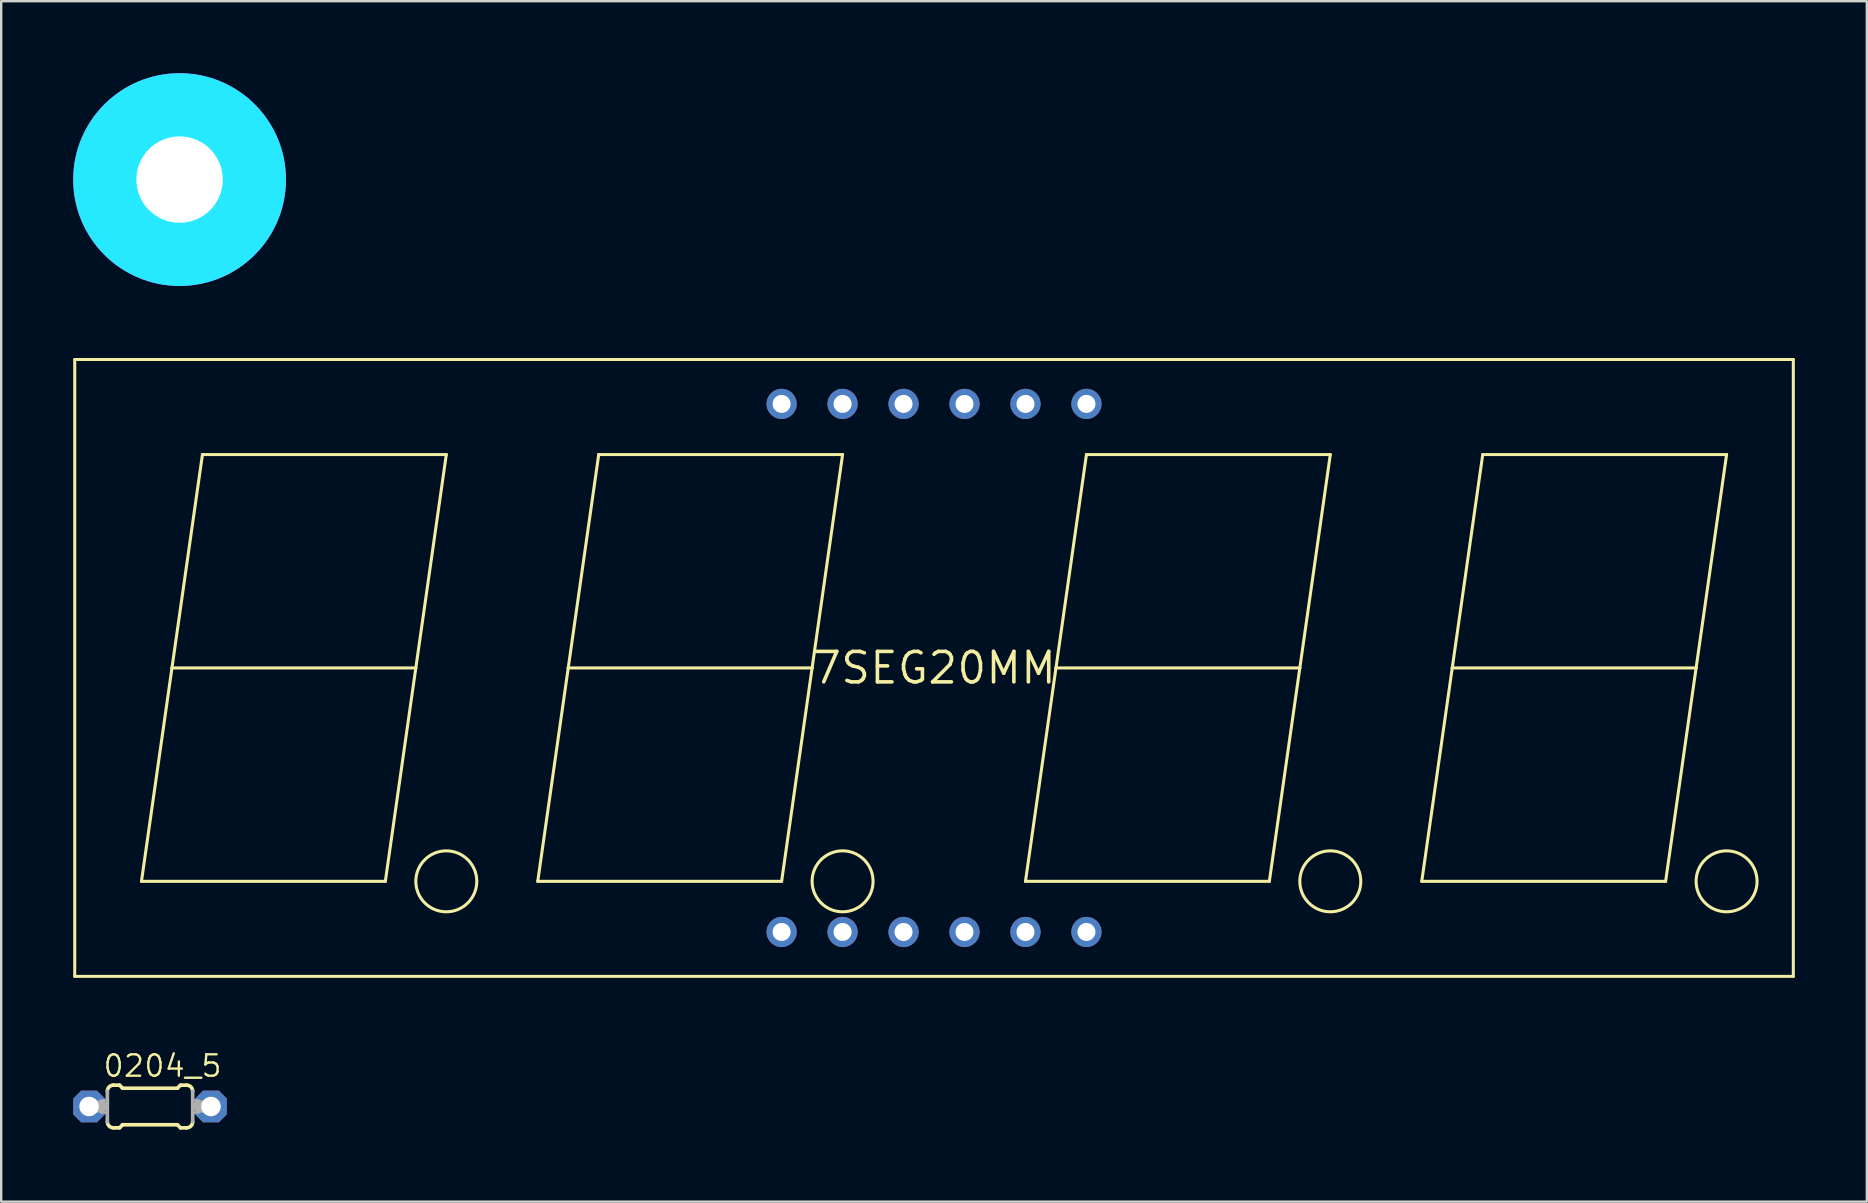
<source format=kicad_pcb>
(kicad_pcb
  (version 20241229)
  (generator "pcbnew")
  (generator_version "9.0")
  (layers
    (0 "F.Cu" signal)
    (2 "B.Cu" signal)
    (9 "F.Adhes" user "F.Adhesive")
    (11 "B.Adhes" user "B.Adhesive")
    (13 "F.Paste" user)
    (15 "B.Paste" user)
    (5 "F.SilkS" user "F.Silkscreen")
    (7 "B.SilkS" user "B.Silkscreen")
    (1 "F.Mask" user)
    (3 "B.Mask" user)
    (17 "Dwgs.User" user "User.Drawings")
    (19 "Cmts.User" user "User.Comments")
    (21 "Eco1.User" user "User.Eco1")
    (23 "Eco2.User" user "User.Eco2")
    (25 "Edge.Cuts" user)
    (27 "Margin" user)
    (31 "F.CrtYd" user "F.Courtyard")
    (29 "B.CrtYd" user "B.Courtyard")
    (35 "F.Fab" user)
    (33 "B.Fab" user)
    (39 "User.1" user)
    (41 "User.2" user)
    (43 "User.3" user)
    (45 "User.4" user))
  (footprint "7SEG20MM"
    (layer "F.Cu")
    (at 35.864 24.778)
    (property "Reference" "7SEG20MM" (at 0 0 0) (layer "F.SilkS") (effects (font (size 1.27 1.27) (thickness 0.15))))
    (fp_line (start -35.8 -12.85) (end 35.8 -12.85) (stroke (width 0.127) (type solid)) (layer "F.SilkS"))
    (fp_line (start -35.8 12.85) (end -35.8 -12.85) (stroke (width 0.127) (type solid)) (layer "F.SilkS"))
    (fp_line (start -33.02 8.89) (end -22.86 8.89) (stroke (width 0.127) (type solid)) (layer "F.SilkS"))
    (fp_line (start -31.75 0) (end -33.02 8.89) (stroke (width 0.127) (type solid)) (layer "F.SilkS"))
    (fp_line (start -31.75 0) (end -21.59 0) (stroke (width 0.127) (type solid)) (layer "F.SilkS"))
    (fp_line (start -30.48 -8.89) (end -31.75 0) (stroke (width 0.127) (type solid)) (layer "F.SilkS"))
    (fp_line (start -22.86 8.89) (end -21.59 0) (stroke (width 0.127) (type solid)) (layer "F.SilkS"))
    (fp_line (start -21.59 0) (end -20.32 -8.89) (stroke (width 0.127) (type solid)) (layer "F.SilkS"))
    (fp_line (start -20.32 -8.89) (end -30.48 -8.89) (stroke (width 0.127) (type solid)) (layer "F.SilkS"))
    (fp_line (start -16.51 8.89) (end -6.35 8.89) (stroke (width 0.127) (type solid)) (layer "F.SilkS"))
    (fp_line (start -15.24 0) (end -16.51 8.89) (stroke (width 0.127) (type solid)) (layer "F.SilkS"))
    (fp_line (start -15.24 0) (end -5.08 0) (stroke (width 0.127) (type solid)) (layer "F.SilkS"))
    (fp_line (start -13.97 -8.89) (end -15.24 0) (stroke (width 0.127) (type solid)) (layer "F.SilkS"))
    (fp_line (start -6.35 8.89) (end -5.08 0) (stroke (width 0.127) (type solid)) (layer "F.SilkS"))
    (fp_line (start -5.08 0) (end -3.81 -8.89) (stroke (width 0.127) (type solid)) (layer "F.SilkS"))
    (fp_line (start -3.81 -8.89) (end -13.97 -8.89) (stroke (width 0.127) (type solid)) (layer "F.SilkS"))
    (fp_line (start 3.81 8.89) (end 13.97 8.89) (stroke (width 0.127) (type solid)) (layer "F.SilkS"))
    (fp_line (start 5.08 0) (end 3.81 8.89) (stroke (width 0.127) (type solid)) (layer "F.SilkS"))
    (fp_line (start 5.08 0) (end 15.24 0) (stroke (width 0.127) (type solid)) (layer "F.SilkS"))
    (fp_line (start 6.35 -8.89) (end 5.08 0) (stroke (width 0.127) (type solid)) (layer "F.SilkS"))
    (fp_line (start 13.97 8.89) (end 15.24 0) (stroke (width 0.127) (type solid)) (layer "F.SilkS"))
    (fp_line (start 15.24 0) (end 16.51 -8.89) (stroke (width 0.127) (type solid)) (layer "F.SilkS"))
    (fp_line (start 16.51 -8.89) (end 6.35 -8.89) (stroke (width 0.127) (type solid)) (layer "F.SilkS"))
    (fp_line (start 20.32 8.89) (end 30.48 8.89) (stroke (width 0.127) (type solid)) (layer "F.SilkS"))
    (fp_line (start 21.59 0) (end 20.32 8.89) (stroke (width 0.127) (type solid)) (layer "F.SilkS"))
    (fp_line (start 21.59 0) (end 31.75 0) (stroke (width 0.127) (type solid)) (layer "F.SilkS"))
    (fp_line (start 22.86 -8.89) (end 21.59 0) (stroke (width 0.127) (type solid)) (layer "F.SilkS"))
    (fp_line (start 30.48 8.89) (end 31.75 0) (stroke (width 0.127) (type solid)) (layer "F.SilkS"))
    (fp_line (start 31.75 0) (end 33.02 -8.89) (stroke (width 0.127) (type solid)) (layer "F.SilkS"))
    (fp_line (start 33.02 -8.89) (end 22.86 -8.89) (stroke (width 0.127) (type solid)) (layer "F.SilkS"))
    (fp_line (start 35.8 -12.85) (end 35.8 12.85) (stroke (width 0.127) (type solid)) (layer "F.SilkS"))
    (fp_line (start 35.8 12.85) (end -35.8 12.85) (stroke (width 0.127) (type solid)) (layer "F.SilkS"))
    (fp_circle (center -20.32 8.89) (end -19.05 8.89) (stroke (width 0.127) (type solid)) (fill no) (layer "F.SilkS"))
    (fp_circle (center -3.81 8.89) (end -2.54 8.89) (stroke (width 0.127) (type solid)) (fill no) (layer "F.SilkS"))
    (fp_circle (center 16.51 8.89) (end 17.78 8.89) (stroke (width 0.127) (type solid)) (fill no) (layer "F.SilkS"))
    (fp_circle (center 33.02 8.89) (end 34.29 8.89) (stroke (width 0.127) (type solid)) (fill no) (layer "F.SilkS"))
    (pad "A" thru_hole circle (at -3.81 -11) (size 1.258 1.258) (drill 0.75) (layers "*.Cu" "*.Mask"))
    (pad "B" thru_hole circle (at 6.35 -11) (size 1.258 1.258) (drill 0.75) (layers "*.Cu" "*.Mask"))
    (pad "C" thru_hole circle (at 1.27 11) (size 1.258 1.258) (drill 0.75) (layers "*.Cu" "*.Mask"))
    (pad "D" thru_hole circle (at -3.81 11) (size 1.258 1.258) (drill 0.75) (layers "*.Cu" "*.Mask"))
    (pad "D1" thru_hole circle (at -6.35 -11) (size 1.258 1.258) (drill 0.75) (layers "*.Cu" "*.Mask"))
    (pad "D2" thru_hole circle (at 1.27 -11) (size 1.258 1.258) (drill 0.75) (layers "*.Cu" "*.Mask"))
    (pad "D3" thru_hole circle (at 3.81 -11) (size 1.258 1.258) (drill 0.75) (layers "*.Cu" "*.Mask"))
    (pad "D4" thru_hole circle (at 6.35 11) (size 1.258 1.258) (drill 0.75) (layers "*.Cu" "*.Mask"))
    (pad "DP" thru_hole circle (at -1.27 11) (size 1.258 1.258) (drill 0.75) (layers "*.Cu" "*.Mask"))
    (pad "E" thru_hole circle (at -6.35 11) (size 1.258 1.258) (drill 0.75) (layers "*.Cu" "*.Mask"))
    (pad "F" thru_hole circle (at -1.27 -11) (size 1.258 1.258) (drill 0.75) (layers "*.Cu" "*.Mask"))
    (pad "G" thru_hole circle (at 3.81 11) (size 1.258 1.258) (drill 0.75) (layers "*.Cu" "*.Mask")))
  (footprint "3,6"
    (layer "F.Cu")
    (at 4.432 4.432)
    (property "Reference" "3,6" (at 0 0 0) (layer "F.SilkS") (effects (font (size 1.27 1.27) (thickness 0.15))))
    (fp_circle (center 0 0) (end 1.9 0) (stroke (width 0.203) (type solid)) (fill no) (layer "F.SilkS"))
    (fp_circle (center 0 0) (end 3.429 0) (stroke (width 0.152) (type solid)) (fill no) (layer "F.SilkS"))
    (fp_circle (center 0 0) (end 3.048 0) (stroke (width 2.769) (type solid)) (fill no) (layer "B.CrtYd"))
    (fp_circle (center 0 0) (end 3.048 0) (stroke (width 2.769) (type solid)) (fill no) (layer "F.CrtYd"))
    (fp_arc (start 0 -2.159) (mid 1.526644 -1.526644) (end 2.159 0) (stroke (width 2.4892) (type solid)) (layer "F.Fab"))
    (fp_arc (start 0 2.159) (mid -1.526644 1.526644) (end -2.159 0) (stroke (width 2.4892) (type solid)) (layer "F.Fab"))
    (fp_circle (center 0 0) (end 0.762 0) (stroke (width 0.457) (type solid)) (fill no) (layer "F.Fab"))
    (pad "" np_thru_hole circle (at 0 0) (size 3.6 3.6) (drill 3.6) (layers "*.Cu" "*.Mask"))
    (zone (net_name "") (layer "F.Cu") (hatch edge 0.508) (connect_pads) (min_thickness 0.254) (filled_areas_thickness no) (keepout (tracks not_allowed) (vias not_allowed) (pads not_allowed) (copperpour not_allowed) (footprints allowed)) (placement (enabled no)) (fill) (polygon (pts (xy 8.496 4.432) (xy 8.435 3.727) (xy 8.251 3.042) (xy 7.952 2.4) (xy 7.546 1.82) (xy 7.045 1.319) (xy 6.464 0.913) (xy 5.822 0.613) (xy 5.138 0.43) (xy 4.432 0.368) (xy 3.727 0.43) (xy 3.042 0.613) (xy 2.4 0.913) (xy 1.82 1.319) (xy 1.319 1.82) (xy 0.913 2.4) (xy 0.613 3.042) (xy 0.43 3.727) (xy 0.368 4.432) (xy 0.43 5.138) (xy 0.613 5.822) (xy 0.913 6.464) (xy 1.319 7.045) (xy 1.82 7.546) (xy 2.4 7.952) (xy 3.042 8.251) (xy 3.727 8.435) (xy 4.432 8.496) (xy 5.138 8.435) (xy 5.822 8.251) (xy 6.464 7.952) (xy 7.045 7.546) (xy 7.546 7.045) (xy 7.952 6.464) (xy 8.251 5.822) (xy 8.435 5.138))) (polygon (pts (xy 6.464 4.432) (xy 6.433 4.079) (xy 6.342 3.737) (xy 6.192 3.416) (xy 5.989 3.126) (xy 5.738 2.876) (xy 5.448 2.673) (xy 5.127 2.523) (xy 4.785 2.431) (xy 4.432 2.4) (xy 4.079 2.431) (xy 3.737 2.523) (xy 3.416 2.673) (xy 3.126 2.876) (xy 2.876 3.126) (xy 2.673 3.416) (xy 2.523 3.737) (xy 2.431 4.079) (xy 2.4 4.432) (xy 2.431 4.785) (xy 2.523 5.127) (xy 2.673 5.448) (xy 2.876 5.738) (xy 3.126 5.989) (xy 3.416 6.192) (xy 3.737 6.342) (xy 4.079 6.433) (xy 4.432 6.464) (xy 4.785 6.433) (xy 5.127 6.342) (xy 5.448 6.192) (xy 5.738 5.989) (xy 5.989 5.738) (xy 6.192 5.448) (xy 6.342 5.127) (xy 6.433 4.785))))
    (zone (net_name "") (layers "F.Cu" "B.Cu") (hatch edge 0.508) (connect_pads) (min_thickness 0.254) (filled_areas_thickness no) (keepout (tracks allowed) (vias not_allowed) (pads allowed) (copperpour allowed) (footprints allowed)) (placement (enabled no)) (fill) (polygon (pts (xy 8.496 4.432) (xy 8.435 3.727) (xy 8.251 3.042) (xy 7.952 2.4) (xy 7.546 1.82) (xy 7.045 1.319) (xy 6.464 0.913) (xy 5.822 0.613) (xy 5.138 0.43) (xy 4.432 0.368) (xy 3.727 0.43) (xy 3.042 0.613) (xy 2.4 0.913) (xy 1.82 1.319) (xy 1.319 1.82) (xy 0.913 2.4) (xy 0.613 3.042) (xy 0.43 3.727) (xy 0.368 4.432) (xy 0.43 5.138) (xy 0.613 5.822) (xy 0.913 6.464) (xy 1.319 7.045) (xy 1.82 7.546) (xy 2.4 7.952) (xy 3.042 8.251) (xy 3.727 8.435) (xy 4.432 8.496) (xy 5.138 8.435) (xy 5.822 8.251) (xy 6.464 7.952) (xy 7.045 7.546) (xy 7.546 7.045) (xy 7.952 6.464) (xy 8.251 5.822) (xy 8.435 5.138))) (polygon (pts (xy 6.464 4.432) (xy 6.433 4.079) (xy 6.342 3.737) (xy 6.192 3.416) (xy 5.989 3.126) (xy 5.738 2.876) (xy 5.448 2.673) (xy 5.127 2.523) (xy 4.785 2.431) (xy 4.432 2.4) (xy 4.079 2.431) (xy 3.737 2.523) (xy 3.416 2.673) (xy 3.126 2.876) (xy 2.876 3.126) (xy 2.673 3.416) (xy 2.523 3.737) (xy 2.431 4.079) (xy 2.4 4.432) (xy 2.431 4.785) (xy 2.523 5.127) (xy 2.673 5.448) (xy 2.876 5.738) (xy 3.126 5.989) (xy 3.416 6.192) (xy 3.737 6.342) (xy 4.079 6.433) (xy 4.432 6.464) (xy 4.785 6.433) (xy 5.127 6.342) (xy 5.448 6.192) (xy 5.738 5.989) (xy 5.989 5.738) (xy 6.192 5.448) (xy 6.342 5.127) (xy 6.433 4.785))))
    (zone (net_name "") (layer "B.Cu") (hatch edge 0.508) (connect_pads) (min_thickness 0.254) (filled_areas_thickness no) (keepout (tracks not_allowed) (vias not_allowed) (pads not_allowed) (copperpour not_allowed) (footprints allowed)) (placement (enabled no)) (fill) (polygon (pts (xy 8.496 4.432) (xy 8.435 3.727) (xy 8.251 3.042) (xy 7.952 2.4) (xy 7.546 1.82) (xy 7.045 1.319) (xy 6.464 0.913) (xy 5.822 0.613) (xy 5.138 0.43) (xy 4.432 0.368) (xy 3.727 0.43) (xy 3.042 0.613) (xy 2.4 0.913) (xy 1.82 1.319) (xy 1.319 1.82) (xy 0.913 2.4) (xy 0.613 3.042) (xy 0.43 3.727) (xy 0.368 4.432) (xy 0.43 5.138) (xy 0.613 5.822) (xy 0.913 6.464) (xy 1.319 7.045) (xy 1.82 7.546) (xy 2.4 7.952) (xy 3.042 8.251) (xy 3.727 8.435) (xy 4.432 8.496) (xy 5.138 8.435) (xy 5.822 8.251) (xy 6.464 7.952) (xy 7.045 7.546) (xy 7.546 7.045) (xy 7.952 6.464) (xy 8.251 5.822) (xy 8.435 5.138))) (polygon (pts (xy 6.464 4.432) (xy 6.433 4.079) (xy 6.342 3.737) (xy 6.192 3.416) (xy 5.989 3.126) (xy 5.738 2.876) (xy 5.448 2.673) (xy 5.127 2.523) (xy 4.785 2.431) (xy 4.432 2.4) (xy 4.079 2.431) (xy 3.737 2.523) (xy 3.416 2.673) (xy 3.126 2.876) (xy 2.876 3.126) (xy 2.673 3.416) (xy 2.523 3.737) (xy 2.431 4.079) (xy 2.4 4.432) (xy 2.431 4.785) (xy 2.523 5.127) (xy 2.673 5.448) (xy 2.876 5.738) (xy 3.126 5.989) (xy 3.416 6.192) (xy 3.737 6.342) (xy 4.079 6.433) (xy 4.432 6.464) (xy 4.785 6.433) (xy 5.127 6.342) (xy 5.448 6.192) (xy 5.738 5.989) (xy 5.989 5.738) (xy 6.192 5.448) (xy 6.342 5.127) (xy 6.433 4.785)))))
  (footprint "0204_5"
    (layer "F.Cu")
    (at 3.2 43.049)
    (property "Reference" "0204_5" (at -2.007 -1.168 0) (layer "F.SilkS") (effects (font (size 0.892 0.892) (thickness 0.099)) (justify left bottom)))
    (fp_line (start -1.524 -0.889) (end -1.27 -0.889) (stroke (width 0.152) (type solid)) (layer "F.SilkS"))
    (fp_line (start -1.524 0.889) (end -1.27 0.889) (stroke (width 0.152) (type solid)) (layer "F.SilkS"))
    (fp_line (start -1.143 -0.762) (end -1.27 -0.889) (stroke (width 0.152) (type solid)) (layer "F.SilkS"))
    (fp_line (start -1.143 0.762) (end -1.27 0.889) (stroke (width 0.152) (type solid)) (layer "F.SilkS"))
    (fp_line (start 1.143 -0.762) (end -1.143 -0.762) (stroke (width 0.152) (type solid)) (layer "F.SilkS"))
    (fp_line (start 1.143 -0.762) (end 1.27 -0.889) (stroke (width 0.152) (type solid)) (layer "F.SilkS"))
    (fp_line (start 1.143 0.762) (end -1.143 0.762) (stroke (width 0.152) (type solid)) (layer "F.SilkS"))
    (fp_line (start 1.143 0.762) (end 1.27 0.889) (stroke (width 0.152) (type solid)) (layer "F.SilkS"))
    (fp_line (start 1.524 -0.889) (end 1.27 -0.889) (stroke (width 0.152) (type solid)) (layer "F.SilkS"))
    (fp_line (start 1.524 0.889) (end 1.27 0.889) (stroke (width 0.152) (type solid)) (layer "F.SilkS"))
    (fp_arc (start -1.778 -0.635) (mid -1.703605 -0.814605) (end -1.524 -0.889) (stroke (width 0.1524) (type solid)) (layer "F.SilkS"))
    (fp_arc (start -1.524 0.889) (mid -1.703605 0.814605) (end -1.778 0.635) (stroke (width 0.1524) (type solid)) (layer "F.SilkS"))
    (fp_arc (start 1.524 -0.889) (mid 1.703605 -0.814605) (end 1.778 -0.635) (stroke (width 0.1524) (type solid)) (layer "F.SilkS"))
    (fp_arc (start 1.778 0.635) (mid 1.703605 0.814605) (end 1.524 0.889) (stroke (width 0.1524) (type solid)) (layer "F.SilkS"))
    (fp_line (start -2.54 0) (end -2.032 0) (stroke (width 0.508) (type solid)) (layer "F.Fab"))
    (fp_line (start -1.778 0.635) (end -1.778 -0.635) (stroke (width 0.152) (type solid)) (layer "F.Fab"))
    (fp_line (start 1.778 0.635) (end 1.778 -0.635) (stroke (width 0.152) (type solid)) (layer "F.Fab"))
    (fp_line (start 2.54 0) (end 2.032 0) (stroke (width 0.508) (type solid)) (layer "F.Fab"))
    (fp_poly (pts (xy -2.032 0.254) (xy -1.778 0.254) (xy -1.778 -0.254) (xy -2.032 -0.254)) (stroke (width 0.1) (type solid)) (fill no) (layer "F.Fab"))
    (fp_poly (pts (xy 1.778 0.254) (xy 2.032 0.254) (xy 2.032 -0.254) (xy 1.778 -0.254)) (stroke (width 0.1) (type solid)) (fill no) (layer "F.Fab"))
    (pad "1" thru_hole roundrect (at -2.54 0) (size 1.321 1.321) (drill 0.813) (layers "*.Cu" "*.Mask") (roundrect_rratio 0.25) (chamfer_ratio 0.25) (chamfer top_left top_right bottom_left bottom_right))
    (pad "2" thru_hole roundrect (at 2.54 0) (size 1.321 1.321) (drill 0.813) (layers "*.Cu" "*.Mask") (roundrect_rratio 0.25) (chamfer_ratio 0.25) (chamfer top_left top_right bottom_left bottom_right)))
  (gr_rect
    (start -3 -3)
    (end 74.727 47.014)
    (stroke (width 0.1) (type default))
    (fill no)
    (layer "Edge.Cuts")))
</source>
